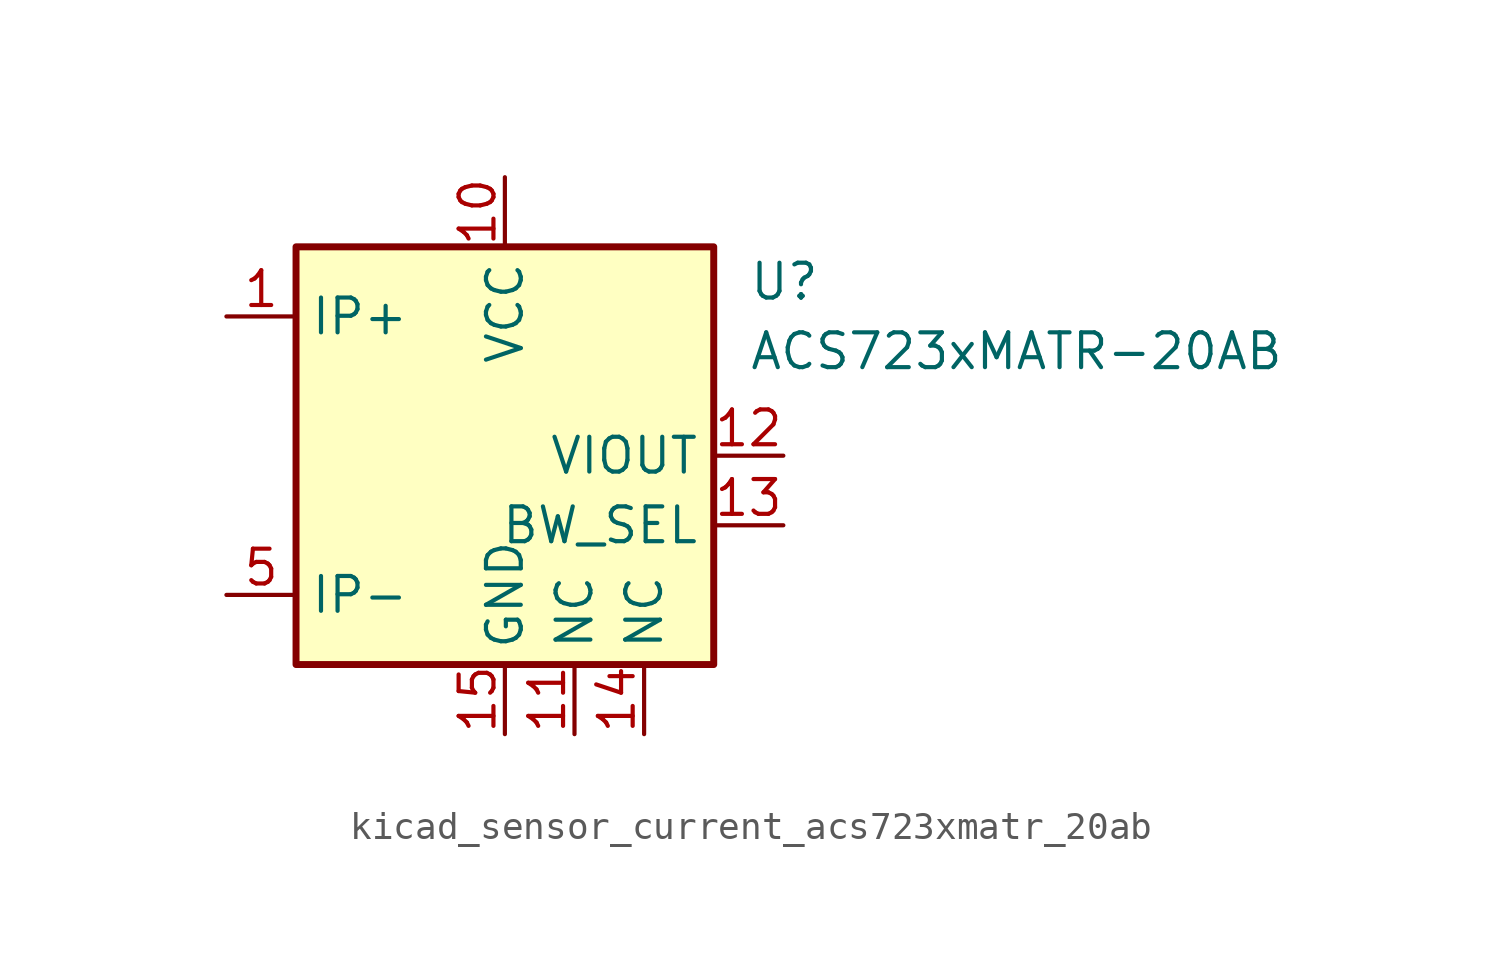
<source format=kicad_sym>
(kicad_symbol_lib
  (version 20220914)
  (generator kicad_symbol_editor)
  (symbol "kicad_sensor_current_acs723xmatr_20ab"
    (property "Reference" "U"
      (at 8.89 6.35 0)
      (effects (font (size 1.27 1.27)) (justify left)))
    (property "Value" "ACS723xMATR-20AB"
      (at 8.89 3.81 0)
      (effects (font (size 1.27 1.27)) (justify left)))
    (symbol "kicad_sensor_current_acs723xmatr_20ab_0_1"
      (rectangle (start -7.62 7.62) (end 7.62 -7.62) (stroke (width 0.254) (type default)) (fill (type background))))
    (symbol "kicad_sensor_current_acs723xmatr_20ab_1_1"
      (pin passive line (at -10.16 5.08 0) (length 2.54) (name "IP+" (effects (font (size 1.27 1.27)))) (number "1" (effects (font (size 1.27 1.27)))))
      (pin power_in line (at 0 10.16 270) (length 2.54) (name "VCC" (effects (font (size 1.27 1.27)))) (number "10" (effects (font (size 1.27 1.27)))))
      (pin passive line (at 2.54 -10.16 90) (length 2.54) (name "NC" (effects (font (size 1.27 1.27)))) (number "11" (effects (font (size 1.27 1.27)))))
      (pin output line (at 10.16 0 180) (length 2.54) (name "VIOUT" (effects (font (size 1.27 1.27)))) (number "12" (effects (font (size 1.27 1.27)))))
      (pin input line (at 10.16 -2.54 180) (length 2.54) (name "BW_SEL" (effects (font (size 1.27 1.27)))) (number "13" (effects (font (size 1.27 1.27)))))
      (pin passive line (at 5.08 -10.16 90) (length 2.54) (name "NC" (effects (font (size 1.27 1.27)))) (number "14" (effects (font (size 1.27 1.27)))))
      (pin power_in line (at 0 -10.16 90) (length 2.54) (name "GND" (effects (font (size 1.27 1.27)))) (number "15" (effects (font (size 1.27 1.27)))))
      (pin no_connect line (at 7.62 2.54 180) (length 2.54) hide (name "NC" (effects (font (size 1.27 1.27)))) (number "16" (effects (font (size 1.27 1.27)))))
      (pin passive line (at -10.16 5.08 0) (length 2.54) hide (name "IP+" (effects (font (size 1.27 1.27)))) (number "2" (effects (font (size 1.27 1.27)))))
      (pin passive line (at -10.16 5.08 0) (length 2.54) hide (name "IP+" (effects (font (size 1.27 1.27)))) (number "3" (effects (font (size 1.27 1.27)))))
      (pin passive line (at -10.16 5.08 0) (length 2.54) hide (name "IP+" (effects (font (size 1.27 1.27)))) (number "4" (effects (font (size 1.27 1.27)))))
      (pin passive line (at -10.16 -5.08 0) (length 2.54) (name "IP-" (effects (font (size 1.27 1.27)))) (number "5" (effects (font (size 1.27 1.27)))))
      (pin passive line (at -10.16 -5.08 0) (length 2.54) hide (name "IP-" (effects (font (size 1.27 1.27)))) (number "6" (effects (font (size 1.27 1.27)))))
      (pin passive line (at -10.16 -5.08 0) (length 2.54) hide (name "IP-" (effects (font (size 1.27 1.27)))) (number "7" (effects (font (size 1.27 1.27)))))
      (pin passive line (at -10.16 -5.08 0) (length 2.54) hide (name "IP-" (effects (font (size 1.27 1.27)))) (number "8" (effects (font (size 1.27 1.27)))))
      (pin no_connect line (at 7.62 5.08 180) (length 2.54) hide (name "NC" (effects (font (size 1.27 1.27)))) (number "9" (effects (font (size 1.27 1.27))))))))
</source>
